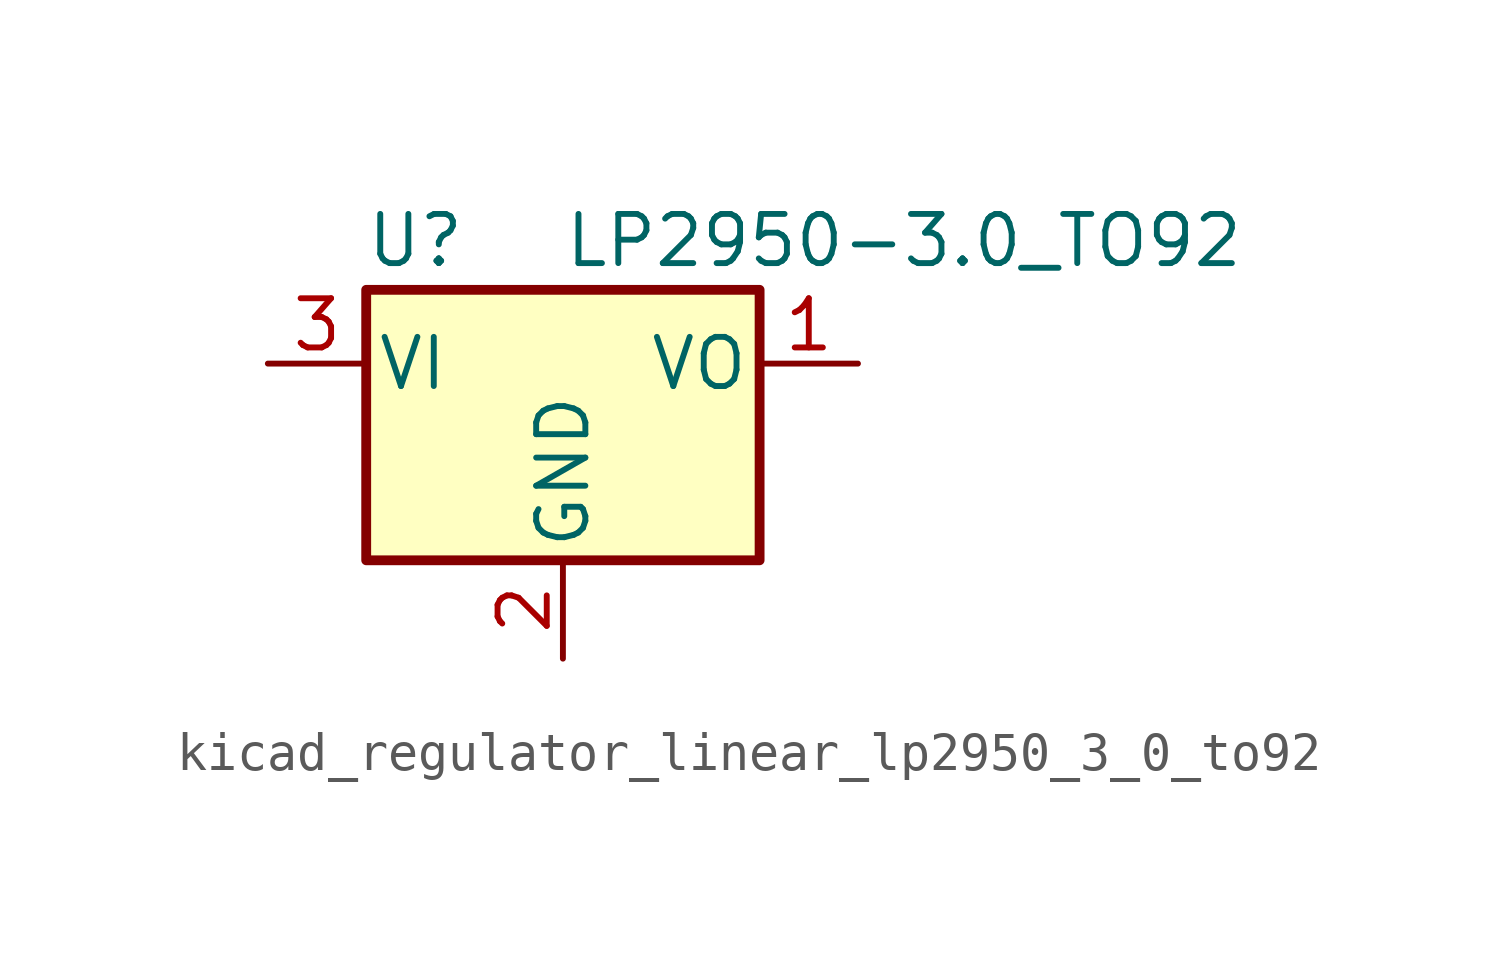
<source format=kicad_sym>
(kicad_symbol_lib
  (version 20220914)
  (generator kicad_symbol_editor)
  (symbol "kicad_regulator_linear_lp2950_3_0_to92"
    (pin_names
      (offset 0.254))
    (property "Reference" "U"
      (at -3.81 3.175 0)
      (effects (font (size 1.27 1.27))))
    (property "Value" "LP2950-3.0_TO92"
      (at 0 3.175 0)
      (effects (font (size 1.27 1.27)) (justify left)))
    (symbol "kicad_regulator_linear_lp2950_3_0_to92_0_1"
      (rectangle (start -5.08 -5.08) (end 5.08 1.905) (stroke (width 0.254) (type default)) (fill (type background))))
    (symbol "kicad_regulator_linear_lp2950_3_0_to92_1_1"
      (pin power_out line (at 7.62 0 180) (length 2.54) (name "VO" (effects (font (size 1.27 1.27)))) (number "1" (effects (font (size 1.27 1.27)))))
      (pin power_in line (at 0 -7.62 90) (length 2.54) (name "GND" (effects (font (size 1.27 1.27)))) (number "2" (effects (font (size 1.27 1.27)))))
      (pin power_in line (at -7.62 0 0) (length 2.54) (name "VI" (effects (font (size 1.27 1.27)))) (number "3" (effects (font (size 1.27 1.27))))))))
</source>
